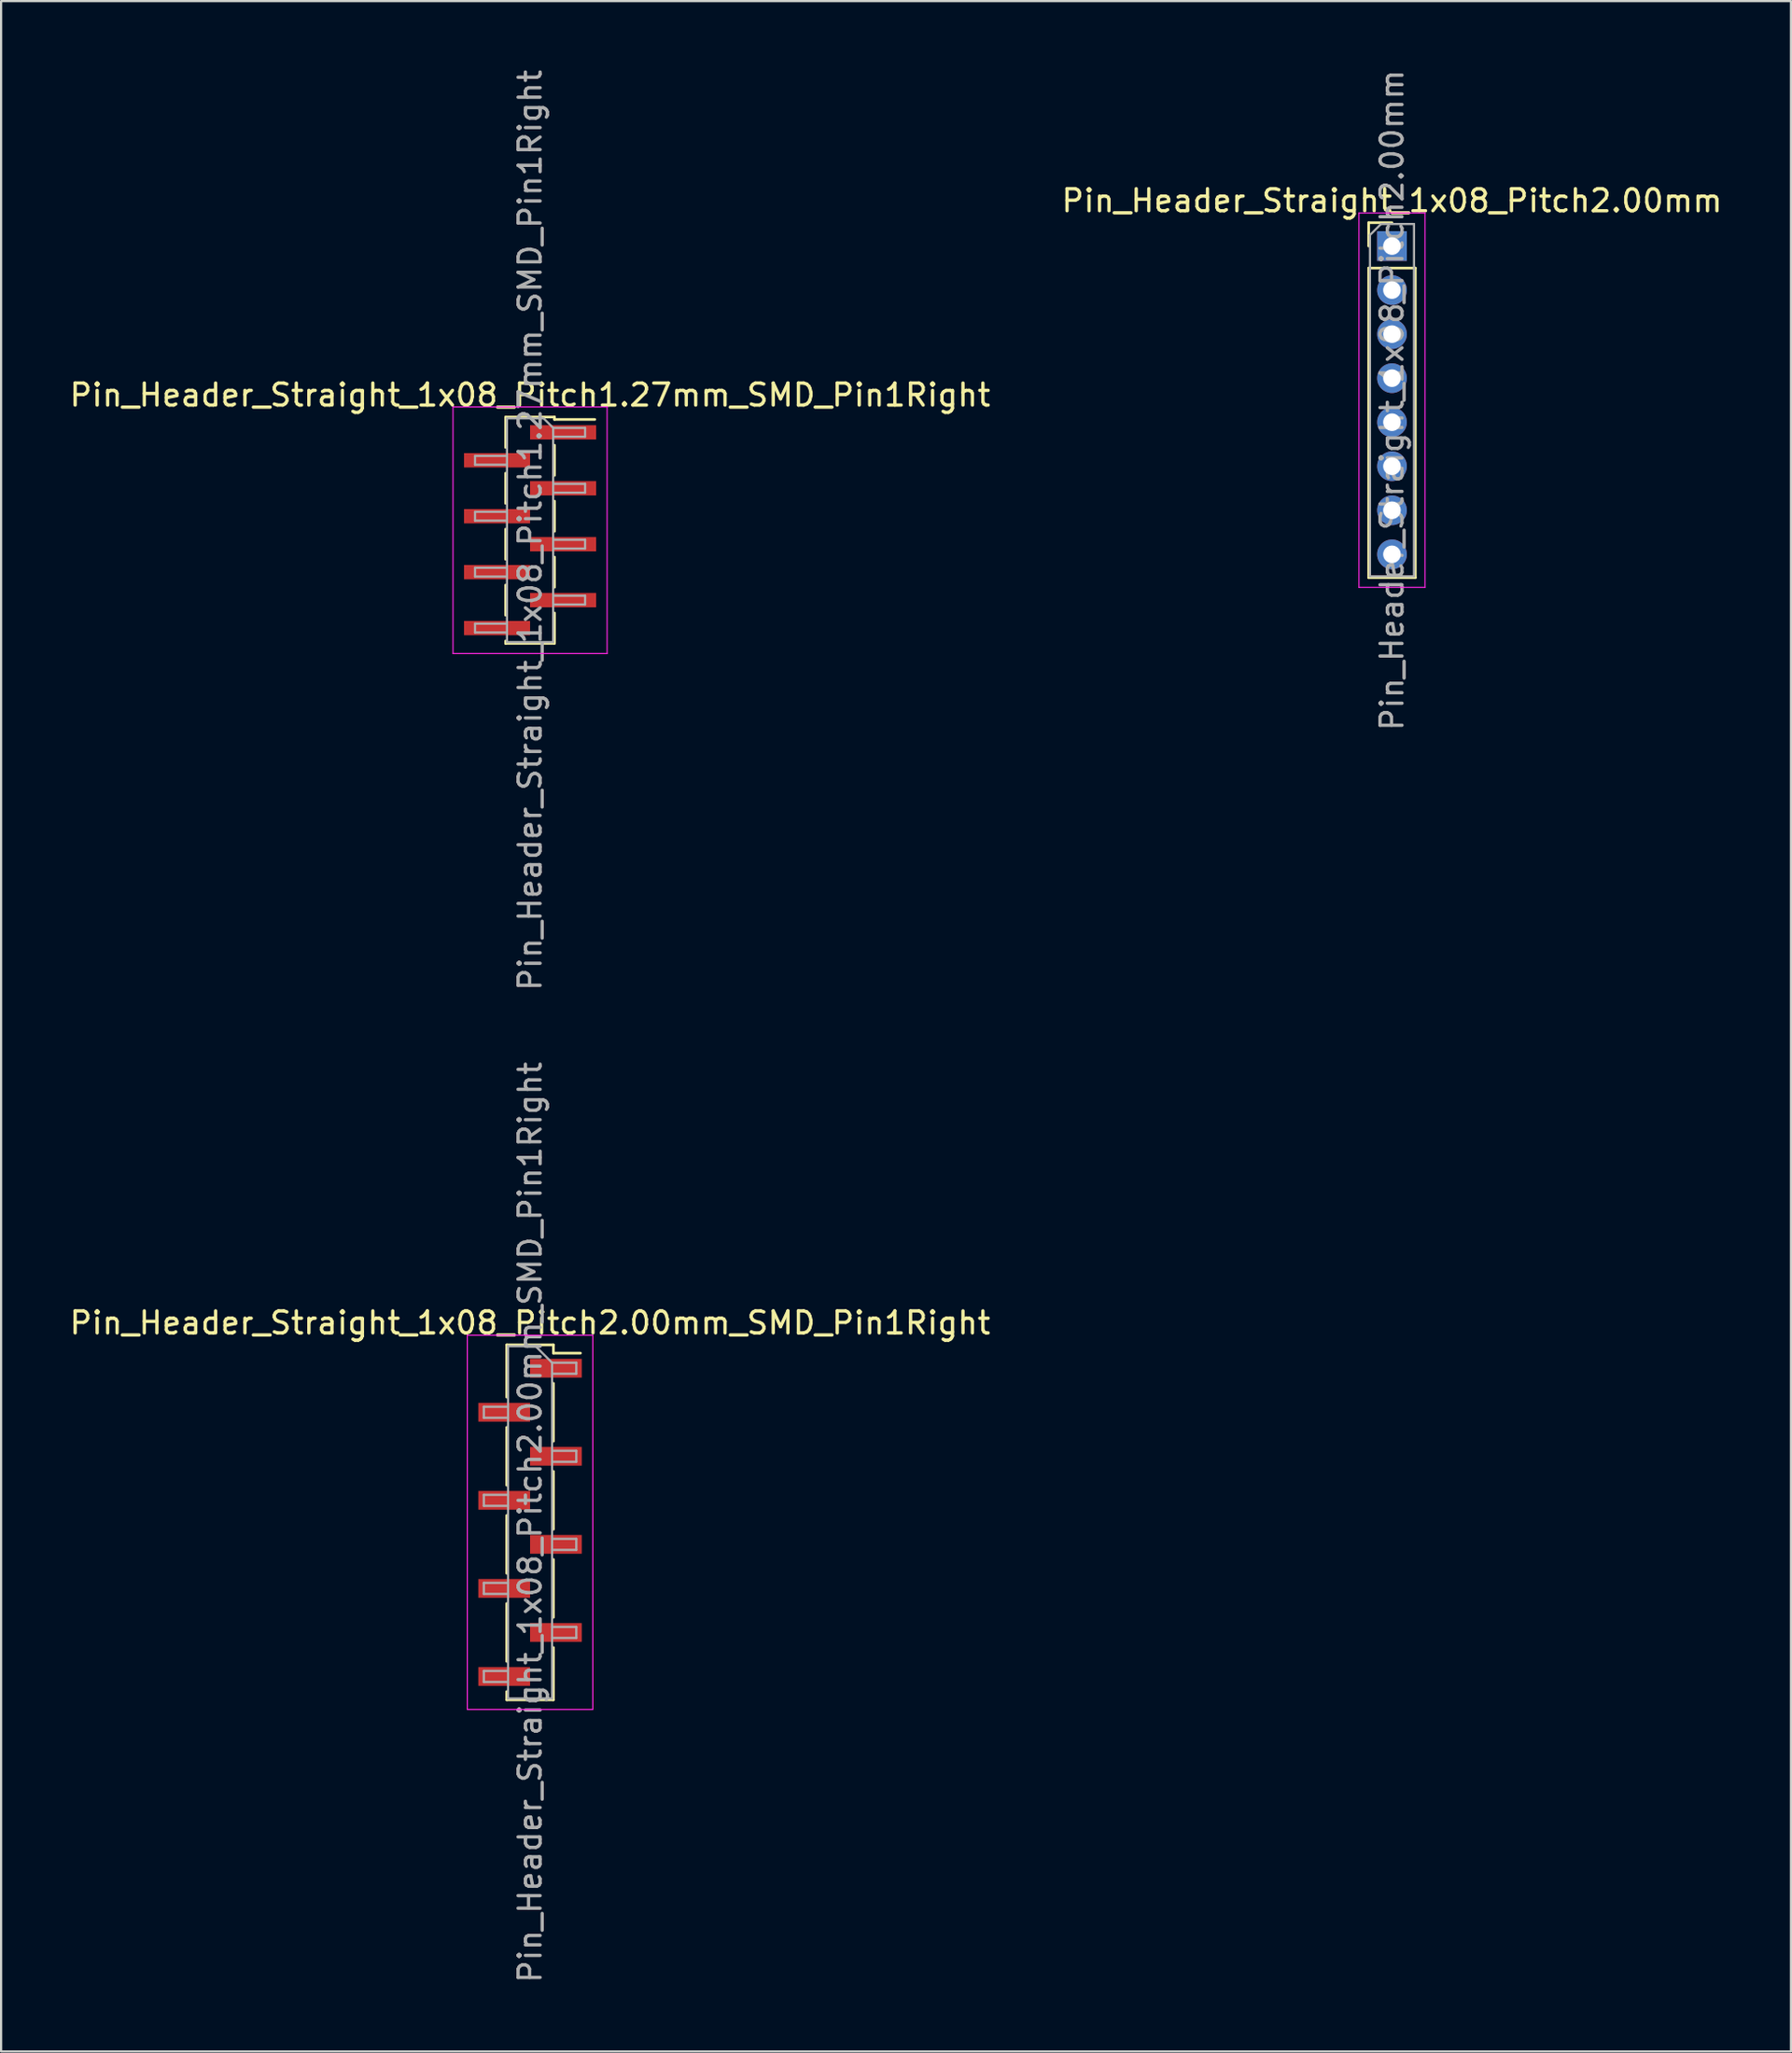
<source format=kicad_pcb>
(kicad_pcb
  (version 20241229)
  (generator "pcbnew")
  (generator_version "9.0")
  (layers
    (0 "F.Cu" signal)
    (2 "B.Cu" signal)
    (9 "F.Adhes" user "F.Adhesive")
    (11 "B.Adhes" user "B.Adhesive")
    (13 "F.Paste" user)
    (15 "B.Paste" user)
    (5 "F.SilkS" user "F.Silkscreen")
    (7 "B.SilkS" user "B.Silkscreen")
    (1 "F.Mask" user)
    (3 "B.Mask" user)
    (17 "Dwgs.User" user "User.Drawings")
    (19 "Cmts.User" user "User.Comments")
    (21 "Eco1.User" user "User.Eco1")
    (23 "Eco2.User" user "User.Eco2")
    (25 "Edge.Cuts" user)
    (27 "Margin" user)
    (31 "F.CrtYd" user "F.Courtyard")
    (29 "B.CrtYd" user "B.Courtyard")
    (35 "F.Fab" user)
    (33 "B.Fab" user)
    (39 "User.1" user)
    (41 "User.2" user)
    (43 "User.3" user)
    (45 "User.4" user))
  (footprint "Pin_Header_Straight_1x08_Pitch1.27mm_SMD_Pin1Right"
    (layer "F.Cu")
    (at 21.03 21.03)
    (property "Reference" "Pin_Header_Straight_1x08_Pitch1.27mm_SMD_Pin1Right" (at 0 -6.14 0) (layer "F.SilkS") (effects (font (size 1 1) (thickness 0.15))))
    (attr smd)
    (fp_line (start -1.11 -5.14) (end 1.11 -5.14) (stroke (width 0.12) (type solid)) (layer "F.SilkS"))
    (fp_line (start -1.11 -5.13) (end -1.11 -3.76) (stroke (width 0.12) (type solid)) (layer "F.SilkS"))
    (fp_line (start -1.11 -2.59) (end -1.11 -1.22) (stroke (width 0.12) (type solid)) (layer "F.SilkS"))
    (fp_line (start -1.11 -0.05) (end -1.11 1.32) (stroke (width 0.12) (type solid)) (layer "F.SilkS"))
    (fp_line (start -1.11 2.49) (end -1.11 3.86) (stroke (width 0.12) (type solid)) (layer "F.SilkS"))
    (fp_line (start -1.11 5.03) (end -1.11 5.14) (stroke (width 0.12) (type solid)) (layer "F.SilkS"))
    (fp_line (start -1.11 5.14) (end 1.11 5.14) (stroke (width 0.12) (type solid)) (layer "F.SilkS"))
    (fp_line (start 1.11 -5.14) (end 1.11 -5.03) (stroke (width 0.12) (type solid)) (layer "F.SilkS"))
    (fp_line (start 1.11 -5.03) (end 2.94 -5.03) (stroke (width 0.12) (type solid)) (layer "F.SilkS"))
    (fp_line (start 1.11 -3.86) (end 1.11 -2.49) (stroke (width 0.12) (type solid)) (layer "F.SilkS"))
    (fp_line (start 1.11 -1.32) (end 1.11 0.05) (stroke (width 0.12) (type solid)) (layer "F.SilkS"))
    (fp_line (start 1.11 1.22) (end 1.11 2.59) (stroke (width 0.12) (type solid)) (layer "F.SilkS"))
    (fp_line (start 1.11 3.76) (end 1.11 5.13) (stroke (width 0.12) (type solid)) (layer "F.SilkS"))
    (fp_line (start -3.5 -5.6) (end -3.5 5.6) (stroke (width 0.05) (type solid)) (layer "F.CrtYd"))
    (fp_line (start -3.5 5.6) (end 3.5 5.6) (stroke (width 0.05) (type solid)) (layer "F.CrtYd"))
    (fp_line (start 3.5 -5.6) (end -3.5 -5.6) (stroke (width 0.05) (type solid)) (layer "F.CrtYd"))
    (fp_line (start 3.5 5.6) (end 3.5 -5.6) (stroke (width 0.05) (type solid)) (layer "F.CrtYd"))
    (fp_line (start -2.5 -3.375) (end -2.5 -2.975) (stroke (width 0.1) (type solid)) (layer "F.Fab"))
    (fp_line (start -2.5 -2.975) (end -1.05 -2.975) (stroke (width 0.1) (type solid)) (layer "F.Fab"))
    (fp_line (start -2.5 -0.835) (end -2.5 -0.435) (stroke (width 0.1) (type solid)) (layer "F.Fab"))
    (fp_line (start -2.5 -0.435) (end -1.05 -0.435) (stroke (width 0.1) (type solid)) (layer "F.Fab"))
    (fp_line (start -2.5 1.705) (end -2.5 2.105) (stroke (width 0.1) (type solid)) (layer "F.Fab"))
    (fp_line (start -2.5 2.105) (end -1.05 2.105) (stroke (width 0.1) (type solid)) (layer "F.Fab"))
    (fp_line (start -2.5 4.245) (end -2.5 4.645) (stroke (width 0.1) (type solid)) (layer "F.Fab"))
    (fp_line (start -2.5 4.645) (end -1.05 4.645) (stroke (width 0.1) (type solid)) (layer "F.Fab"))
    (fp_line (start -1.05 -5.08) (end -1.05 5.08) (stroke (width 0.1) (type solid)) (layer "F.Fab"))
    (fp_line (start -1.05 -5.08) (end 0.615 -5.08) (stroke (width 0.1) (type solid)) (layer "F.Fab"))
    (fp_line (start -1.05 -3.375) (end -2.5 -3.375) (stroke (width 0.1) (type solid)) (layer "F.Fab"))
    (fp_line (start -1.05 -0.835) (end -2.5 -0.835) (stroke (width 0.1) (type solid)) (layer "F.Fab"))
    (fp_line (start -1.05 1.705) (end -2.5 1.705) (stroke (width 0.1) (type solid)) (layer "F.Fab"))
    (fp_line (start -1.05 4.245) (end -2.5 4.245) (stroke (width 0.1) (type solid)) (layer "F.Fab"))
    (fp_line (start 1.05 -4.645) (end 0.615 -5.08) (stroke (width 0.1) (type solid)) (layer "F.Fab"))
    (fp_line (start 1.05 -4.645) (end 2.5 -4.645) (stroke (width 0.1) (type solid)) (layer "F.Fab"))
    (fp_line (start 1.05 -2.105) (end 2.5 -2.105) (stroke (width 0.1) (type solid)) (layer "F.Fab"))
    (fp_line (start 1.05 0.435) (end 2.5 0.435) (stroke (width 0.1) (type solid)) (layer "F.Fab"))
    (fp_line (start 1.05 2.975) (end 2.5 2.975) (stroke (width 0.1) (type solid)) (layer "F.Fab"))
    (fp_line (start 1.05 5.08) (end -1.05 5.08) (stroke (width 0.1) (type solid)) (layer "F.Fab"))
    (fp_line (start 1.05 5.08) (end 1.05 -4.645) (stroke (width 0.1) (type solid)) (layer "F.Fab"))
    (fp_line (start 2.5 -4.645) (end 2.5 -4.245) (stroke (width 0.1) (type solid)) (layer "F.Fab"))
    (fp_line (start 2.5 -4.245) (end 1.05 -4.245) (stroke (width 0.1) (type solid)) (layer "F.Fab"))
    (fp_line (start 2.5 -2.105) (end 2.5 -1.705) (stroke (width 0.1) (type solid)) (layer "F.Fab"))
    (fp_line (start 2.5 -1.705) (end 1.05 -1.705) (stroke (width 0.1) (type solid)) (layer "F.Fab"))
    (fp_line (start 2.5 0.435) (end 2.5 0.835) (stroke (width 0.1) (type solid)) (layer "F.Fab"))
    (fp_line (start 2.5 0.835) (end 1.05 0.835) (stroke (width 0.1) (type solid)) (layer "F.Fab"))
    (fp_line (start 2.5 2.975) (end 2.5 3.375) (stroke (width 0.1) (type solid)) (layer "F.Fab"))
    (fp_line (start 2.5 3.375) (end 1.05 3.375) (stroke (width 0.1) (type solid)) (layer "F.Fab"))
    (fp_text user "${REFERENCE}" (at 0 0 90) (layer "F.Fab") (effects (font (size 1 1) (thickness 0.15))))
    (pad "1" smd rect (at 1.5 -4.445) (size 3 0.65) (layers "F.Cu" "F.Mask" "F.Paste"))
    (pad "2" smd rect (at -1.5 -3.175) (size 3 0.65) (layers "F.Cu" "F.Mask" "F.Paste"))
    (pad "3" smd rect (at 1.5 -1.905) (size 3 0.65) (layers "F.Cu" "F.Mask" "F.Paste"))
    (pad "4" smd rect (at -1.5 -0.635) (size 3 0.65) (layers "F.Cu" "F.Mask" "F.Paste"))
    (pad "5" smd rect (at 1.5 0.635) (size 3 0.65) (layers "F.Cu" "F.Mask" "F.Paste"))
    (pad "6" smd rect (at -1.5 1.905) (size 3 0.65) (layers "F.Cu" "F.Mask" "F.Paste"))
    (pad "7" smd rect (at 1.5 3.175) (size 3 0.65) (layers "F.Cu" "F.Mask" "F.Paste"))
    (pad "8" smd rect (at -1.5 4.445) (size 3 0.65) (layers "F.Cu" "F.Mask" "F.Paste")))
  (footprint "Pin_Header_Straight_1x08_Pitch2.00mm_SMD_Pin1Right"
    (layer "F.Cu")
    (at 21.03 66.089)
    (property "Reference" "Pin_Header_Straight_1x08_Pitch2.00mm_SMD_Pin1Right" (at 0 -9.06 0) (layer "F.SilkS") (effects (font (size 1 1) (thickness 0.15))))
    (attr smd)
    (fp_line (start -1.06 -8.06) (end -1.06 -5.685) (stroke (width 0.12) (type solid)) (layer "F.SilkS"))
    (fp_line (start -1.06 -8.06) (end 1.06 -8.06) (stroke (width 0.12) (type solid)) (layer "F.SilkS"))
    (fp_line (start -1.06 -4.315) (end -1.06 -1.685) (stroke (width 0.12) (type solid)) (layer "F.SilkS"))
    (fp_line (start -1.06 -0.315) (end -1.06 2.315) (stroke (width 0.12) (type solid)) (layer "F.SilkS"))
    (fp_line (start -1.06 3.685) (end -1.06 6.315) (stroke (width 0.12) (type solid)) (layer "F.SilkS"))
    (fp_line (start -1.06 7.685) (end -1.06 8.06) (stroke (width 0.12) (type solid)) (layer "F.SilkS"))
    (fp_line (start -1.06 8.06) (end 1.06 8.06) (stroke (width 0.12) (type solid)) (layer "F.SilkS"))
    (fp_line (start 1.06 -8.06) (end 1.06 -7.685) (stroke (width 0.12) (type solid)) (layer "F.SilkS"))
    (fp_line (start 1.06 -7.685) (end 2.29 -7.685) (stroke (width 0.12) (type solid)) (layer "F.SilkS"))
    (fp_line (start 1.06 -6.315) (end 1.06 -3.685) (stroke (width 0.12) (type solid)) (layer "F.SilkS"))
    (fp_line (start 1.06 -2.315) (end 1.06 0.315) (stroke (width 0.12) (type solid)) (layer "F.SilkS"))
    (fp_line (start 1.06 1.685) (end 1.06 4.315) (stroke (width 0.12) (type solid)) (layer "F.SilkS"))
    (fp_line (start 1.06 5.685) (end 1.06 8.06) (stroke (width 0.12) (type solid)) (layer "F.SilkS"))
    (fp_line (start -2.85 -8.5) (end -2.85 8.5) (stroke (width 0.05) (type solid)) (layer "F.CrtYd"))
    (fp_line (start -2.85 8.5) (end 2.85 8.5) (stroke (width 0.05) (type solid)) (layer "F.CrtYd"))
    (fp_line (start 2.85 -8.5) (end -2.85 -8.5) (stroke (width 0.05) (type solid)) (layer "F.CrtYd"))
    (fp_line (start 2.85 8.5) (end 2.85 -8.5) (stroke (width 0.05) (type solid)) (layer "F.CrtYd"))
    (fp_line (start -2.1 -5.25) (end -2.1 -4.75) (stroke (width 0.1) (type solid)) (layer "F.Fab"))
    (fp_line (start -2.1 -4.75) (end -1 -4.75) (stroke (width 0.1) (type solid)) (layer "F.Fab"))
    (fp_line (start -2.1 -1.25) (end -2.1 -0.75) (stroke (width 0.1) (type solid)) (layer "F.Fab"))
    (fp_line (start -2.1 -0.75) (end -1 -0.75) (stroke (width 0.1) (type solid)) (layer "F.Fab"))
    (fp_line (start -2.1 2.75) (end -2.1 3.25) (stroke (width 0.1) (type solid)) (layer "F.Fab"))
    (fp_line (start -2.1 3.25) (end -1 3.25) (stroke (width 0.1) (type solid)) (layer "F.Fab"))
    (fp_line (start -2.1 6.75) (end -2.1 7.25) (stroke (width 0.1) (type solid)) (layer "F.Fab"))
    (fp_line (start -2.1 7.25) (end -1 7.25) (stroke (width 0.1) (type solid)) (layer "F.Fab"))
    (fp_line (start -1 -8) (end -1 8) (stroke (width 0.1) (type solid)) (layer "F.Fab"))
    (fp_line (start -1 -8) (end 0.25 -8) (stroke (width 0.1) (type solid)) (layer "F.Fab"))
    (fp_line (start -1 -5.25) (end -2.1 -5.25) (stroke (width 0.1) (type solid)) (layer "F.Fab"))
    (fp_line (start -1 -1.25) (end -2.1 -1.25) (stroke (width 0.1) (type solid)) (layer "F.Fab"))
    (fp_line (start -1 2.75) (end -2.1 2.75) (stroke (width 0.1) (type solid)) (layer "F.Fab"))
    (fp_line (start -1 6.75) (end -2.1 6.75) (stroke (width 0.1) (type solid)) (layer "F.Fab"))
    (fp_line (start 1 -7.25) (end 0.25 -8) (stroke (width 0.1) (type solid)) (layer "F.Fab"))
    (fp_line (start 1 -7.25) (end 2.1 -7.25) (stroke (width 0.1) (type solid)) (layer "F.Fab"))
    (fp_line (start 1 -3.25) (end 2.1 -3.25) (stroke (width 0.1) (type solid)) (layer "F.Fab"))
    (fp_line (start 1 0.75) (end 2.1 0.75) (stroke (width 0.1) (type solid)) (layer "F.Fab"))
    (fp_line (start 1 4.75) (end 2.1 4.75) (stroke (width 0.1) (type solid)) (layer "F.Fab"))
    (fp_line (start 1 8) (end -1 8) (stroke (width 0.1) (type solid)) (layer "F.Fab"))
    (fp_line (start 1 8) (end 1 -7.25) (stroke (width 0.1) (type solid)) (layer "F.Fab"))
    (fp_line (start 2.1 -7.25) (end 2.1 -6.75) (stroke (width 0.1) (type solid)) (layer "F.Fab"))
    (fp_line (start 2.1 -6.75) (end 1 -6.75) (stroke (width 0.1) (type solid)) (layer "F.Fab"))
    (fp_line (start 2.1 -3.25) (end 2.1 -2.75) (stroke (width 0.1) (type solid)) (layer "F.Fab"))
    (fp_line (start 2.1 -2.75) (end 1 -2.75) (stroke (width 0.1) (type solid)) (layer "F.Fab"))
    (fp_line (start 2.1 0.75) (end 2.1 1.25) (stroke (width 0.1) (type solid)) (layer "F.Fab"))
    (fp_line (start 2.1 1.25) (end 1 1.25) (stroke (width 0.1) (type solid)) (layer "F.Fab"))
    (fp_line (start 2.1 4.75) (end 2.1 5.25) (stroke (width 0.1) (type solid)) (layer "F.Fab"))
    (fp_line (start 2.1 5.25) (end 1 5.25) (stroke (width 0.1) (type solid)) (layer "F.Fab"))
    (fp_text user "${REFERENCE}" (at 0 0 90) (layer "F.Fab") (effects (font (size 1 1) (thickness 0.15))))
    (pad "1" smd rect (at 1.175 -7) (size 2.35 0.85) (layers "F.Cu" "F.Mask" "F.Paste"))
    (pad "2" smd rect (at -1.175 -5) (size 2.35 0.85) (layers "F.Cu" "F.Mask" "F.Paste"))
    (pad "3" smd rect (at 1.175 -3) (size 2.35 0.85) (layers "F.Cu" "F.Mask" "F.Paste"))
    (pad "4" smd rect (at -1.175 -1) (size 2.35 0.85) (layers "F.Cu" "F.Mask" "F.Paste"))
    (pad "5" smd rect (at 1.175 1) (size 2.35 0.85) (layers "F.Cu" "F.Mask" "F.Paste"))
    (pad "6" smd rect (at -1.175 3) (size 2.35 0.85) (layers "F.Cu" "F.Mask" "F.Paste"))
    (pad "7" smd rect (at 1.175 5) (size 2.35 0.85) (layers "F.Cu" "F.Mask" "F.Paste"))
    (pad "8" smd rect (at -1.175 7) (size 2.35 0.85) (layers "F.Cu" "F.Mask" "F.Paste")))
  (footprint "Pin_Header_Straight_1x08_Pitch2.00mm"
    (layer "F.Cu")
    (at 60.185 8.125)
    (property "Reference" "Pin_Header_Straight_1x08_Pitch2.00mm" (at 0 -2.06 0) (layer "F.SilkS") (effects (font (size 1 1) (thickness 0.15))))
    (attr through_hole)
    (fp_line (start -1.06 -1.06) (end 0 -1.06) (stroke (width 0.12) (type solid)) (layer "F.SilkS"))
    (fp_line (start -1.06 0) (end -1.06 -1.06) (stroke (width 0.12) (type solid)) (layer "F.SilkS"))
    (fp_line (start -1.06 1) (end -1.06 15.06) (stroke (width 0.12) (type solid)) (layer "F.SilkS"))
    (fp_line (start -1.06 1) (end 1.06 1) (stroke (width 0.12) (type solid)) (layer "F.SilkS"))
    (fp_line (start -1.06 15.06) (end 1.06 15.06) (stroke (width 0.12) (type solid)) (layer "F.SilkS"))
    (fp_line (start 1.06 1) (end 1.06 15.06) (stroke (width 0.12) (type solid)) (layer "F.SilkS"))
    (fp_line (start -1.5 -1.5) (end -1.5 15.5) (stroke (width 0.05) (type solid)) (layer "F.CrtYd"))
    (fp_line (start -1.5 15.5) (end 1.5 15.5) (stroke (width 0.05) (type solid)) (layer "F.CrtYd"))
    (fp_line (start 1.5 -1.5) (end -1.5 -1.5) (stroke (width 0.05) (type solid)) (layer "F.CrtYd"))
    (fp_line (start 1.5 15.5) (end 1.5 -1.5) (stroke (width 0.05) (type solid)) (layer "F.CrtYd"))
    (fp_line (start -1 -0.5) (end -0.5 -1) (stroke (width 0.1) (type solid)) (layer "F.Fab"))
    (fp_line (start -1 15) (end -1 -0.5) (stroke (width 0.1) (type solid)) (layer "F.Fab"))
    (fp_line (start -0.5 -1) (end 1 -1) (stroke (width 0.1) (type solid)) (layer "F.Fab"))
    (fp_line (start 1 -1) (end 1 15) (stroke (width 0.1) (type solid)) (layer "F.Fab"))
    (fp_line (start 1 15) (end -1 15) (stroke (width 0.1) (type solid)) (layer "F.Fab"))
    (fp_text user "${REFERENCE}" (at 0 7 90) (layer "F.Fab") (effects (font (size 1 1) (thickness 0.15))))
    (pad "1" thru_hole rect (at 0 0) (size 1.35 1.35) (drill 0.8) (layers "*.Cu" "*.Mask"))
    (pad "2" thru_hole oval (at 0 2) (size 1.35 1.35) (drill 0.8) (layers "*.Cu" "*.Mask"))
    (pad "3" thru_hole oval (at 0 4) (size 1.35 1.35) (drill 0.8) (layers "*.Cu" "*.Mask"))
    (pad "4" thru_hole oval (at 0 6) (size 1.35 1.35) (drill 0.8) (layers "*.Cu" "*.Mask"))
    (pad "5" thru_hole oval (at 0 8) (size 1.35 1.35) (drill 0.8) (layers "*.Cu" "*.Mask"))
    (pad "6" thru_hole oval (at 0 10) (size 1.35 1.35) (drill 0.8) (layers "*.Cu" "*.Mask"))
    (pad "7" thru_hole oval (at 0 12) (size 1.35 1.35) (drill 0.8) (layers "*.Cu" "*.Mask"))
    (pad "8" thru_hole oval (at 0 14) (size 1.35 1.35) (drill 0.8) (layers "*.Cu" "*.Mask")))
  (gr_rect
    (start -3 -3)
    (end 78.31 90.119)
    (stroke (width 0.1) (type default))
    (fill no)
    (layer "Edge.Cuts")))
</source>
